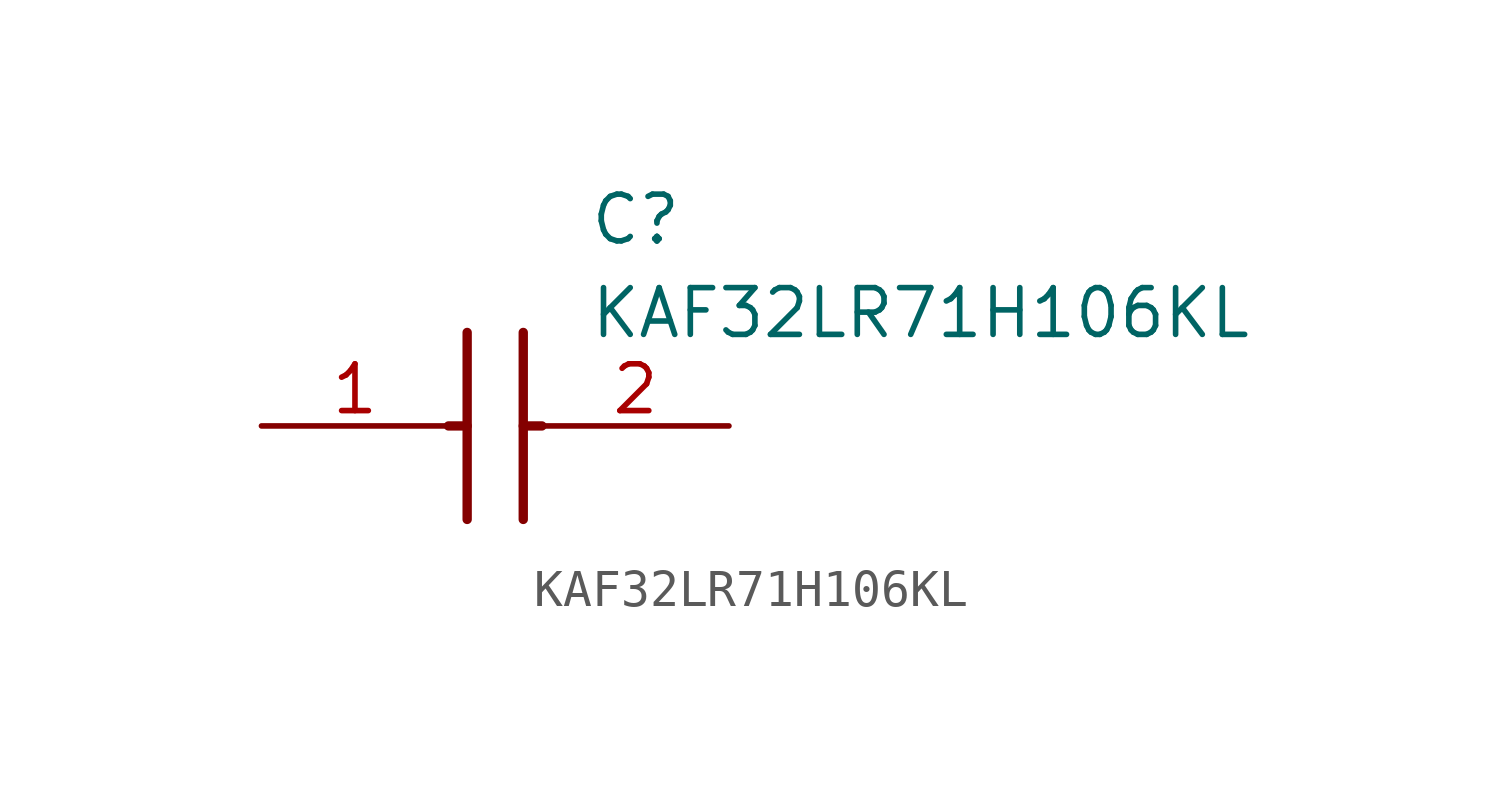
<source format=kicad_sym>
(kicad_symbol_lib
  (version 20211014)
  (generator SamacSys_ECAD_Model)
  (symbol "KAF32LR71H106KL"
    (pin_names hide)
    (property "Reference" "C"
      (at 8.89 6.35 0)
      (effects (font (size 1.27 1.27)) (justify left top)))
    (property "Value" "KAF32LR71H106KL"
      (at 8.89 3.81 0)
      (effects (font (size 1.27 1.27)) (justify left top)))
    (polyline
      (pts (xy 5.588 2.54) (xy 5.588 -2.54))
      (stroke (width 0.254) (type default))
      (fill (type none)))
    (polyline
      (pts (xy 7.112 2.54) (xy 7.112 -2.54))
      (stroke (width 0.254) (type default))
      (fill (type none)))
    (polyline
      (pts (xy 5.08 0) (xy 5.588 0))
      (stroke (width 0.254) (type default))
      (fill (type none)))
    (polyline
      (pts (xy 7.112 0) (xy 7.62 0))
      (stroke (width 0.254) (type default))
      (fill (type none)))
    (pin passive line
      (at 0 0 0)
      (length 5.08)
      (name "1" (effects (font (size 1.27 1.27))))
      (number "1" (effects (font (size 1.27 1.27)))))
    (pin passive line
      (at 12.7 0 180)
      (length 5.08)
      (name "2" (effects (font (size 1.27 1.27))))
      (number "2" (effects (font (size 1.27 1.27)))))))
</source>
